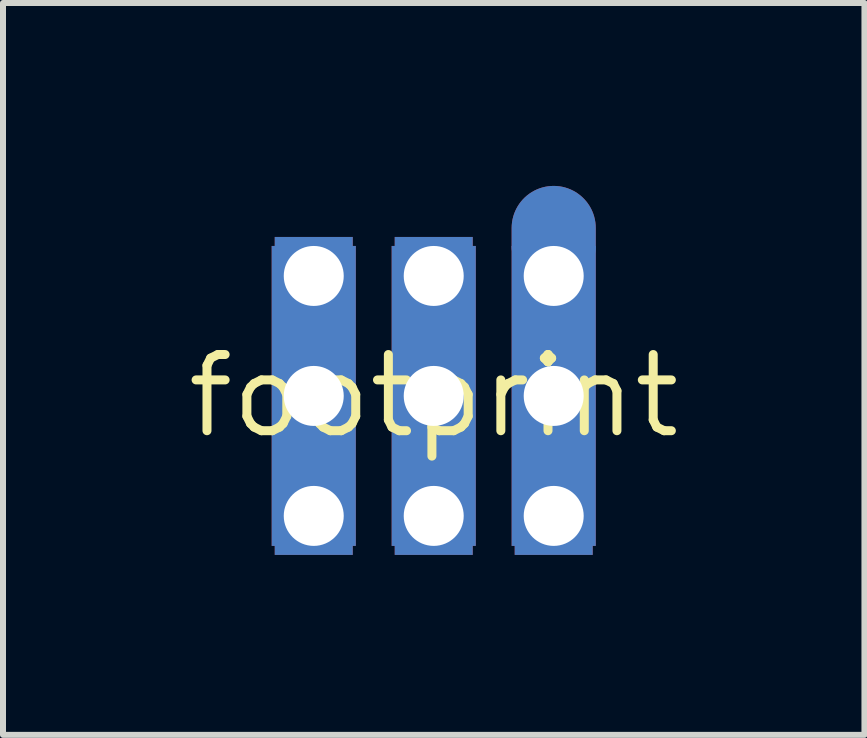
<source format=kicad_pcb>
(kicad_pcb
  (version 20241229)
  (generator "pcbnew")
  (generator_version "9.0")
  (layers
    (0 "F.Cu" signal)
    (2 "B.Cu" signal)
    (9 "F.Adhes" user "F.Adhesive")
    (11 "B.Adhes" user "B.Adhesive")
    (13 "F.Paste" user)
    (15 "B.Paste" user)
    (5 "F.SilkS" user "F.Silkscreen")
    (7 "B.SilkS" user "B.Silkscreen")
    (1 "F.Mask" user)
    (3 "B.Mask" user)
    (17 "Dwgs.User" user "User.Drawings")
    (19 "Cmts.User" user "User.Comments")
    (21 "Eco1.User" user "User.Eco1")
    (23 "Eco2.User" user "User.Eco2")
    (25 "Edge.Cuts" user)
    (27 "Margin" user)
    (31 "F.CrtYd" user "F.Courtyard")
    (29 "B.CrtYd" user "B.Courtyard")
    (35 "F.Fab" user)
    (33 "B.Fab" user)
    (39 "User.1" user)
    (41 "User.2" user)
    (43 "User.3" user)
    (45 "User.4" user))
  (footprint "footprint"
    (layer "F.Cu")
    (at 4.18 3.55)
    (property "Reference" "footprint" (at 0 0 0) (layer "F.SilkS") (effects (font (size 1.27 1.27) (thickness 0.15))))
    (fp_line (start 2 -2.5) (end 2 -2.8) (stroke (width 1.402) (type solid)) (layer "F.Cu"))
    (fp_poly (pts (xy -2.701 2.5) (xy -1.299 2.5) (xy -1.299 -2.5) (xy -2.701 -2.5)) (stroke (width 0) (type solid)) (fill yes) (layer "F.Cu"))
    (fp_poly (pts (xy -0.701 2.5) (xy 0.701 2.5) (xy 0.701 -2.5) (xy -0.701 -2.5)) (stroke (width 0) (type solid)) (fill yes) (layer "F.Cu"))
    (fp_poly (pts (xy 1.299 2.5) (xy 2.701 2.5) (xy 2.701 -2.5) (xy 1.299 -2.5)) (stroke (width 0) (type solid)) (fill yes) (layer "F.Cu"))
    (fp_line (start 2 -2.75) (end 2 -2.8) (stroke (width 1.5) (type solid)) (layer "F.Mask"))
    (fp_poly (pts (xy -2.75 2.6) (xy -1.25 2.6) (xy -1.25 -2.6) (xy -2.75 -2.6)) (stroke (width 0) (type solid)) (fill yes) (layer "F.Mask"))
    (fp_poly (pts (xy -0.75 2.6) (xy 0.75 2.6) (xy 0.75 -2.6) (xy -0.75 -2.6)) (stroke (width 0) (type solid)) (fill yes) (layer "F.Mask"))
    (fp_poly (pts (xy 1.25 2.6) (xy 2.75 2.6) (xy 2.75 -2.6) (xy 1.25 -2.6)) (stroke (width 0) (type solid)) (fill yes) (layer "F.Mask"))
    (fp_line (start 2 -2.5) (end 2 -2.8) (stroke (width 1.402) (type solid)) (layer "B.Cu"))
    (fp_poly (pts (xy -2.701 2.5) (xy -1.299 2.5) (xy -1.299 -2.5) (xy -2.701 -2.5)) (stroke (width 0) (type solid)) (fill yes) (layer "B.Cu"))
    (fp_poly (pts (xy -0.701 2.5) (xy 0.701 2.5) (xy 0.701 -2.5) (xy -0.701 -2.5)) (stroke (width 0) (type solid)) (fill yes) (layer "B.Cu"))
    (fp_poly (pts (xy 1.299 2.5) (xy 2.701 2.5) (xy 2.701 -2.5) (xy 1.299 -2.5)) (stroke (width 0) (type solid)) (fill yes) (layer "B.Cu"))
    (fp_line (start 2 -2.75) (end 2 -2.8) (stroke (width 1.5) (type solid)) (layer "B.Mask"))
    (fp_poly (pts (xy -2.75 2.6) (xy -1.25 2.6) (xy -1.25 -2.6) (xy -2.75 -2.6)) (stroke (width 0) (type solid)) (fill yes) (layer "B.Mask"))
    (fp_poly (pts (xy -0.75 2.6) (xy 0.75 2.6) (xy 0.75 -2.6) (xy -0.75 -2.6)) (stroke (width 0) (type solid)) (fill yes) (layer "B.Mask"))
    (fp_poly (pts (xy 1.25 2.6) (xy 2.75 2.6) (xy 2.75 -2.6) (xy 1.25 -2.6)) (stroke (width 0) (type solid)) (fill yes) (layer "B.Mask"))
    (pad "P1A" thru_hole rect (at 2 -2) (size 1.3 1.3) (drill 1) (layers "*.Cu" "*.Mask"))
    (pad "P1B" thru_hole rect (at 2 0) (size 1.3 1.3) (drill 1) (layers "*.Cu" "*.Mask"))
    (pad "P1C" thru_hole rect (at 2 2) (size 1.3 1.3) (drill 1) (layers "*.Cu" "*.Mask"))
    (pad "P2A" thru_hole rect (at 0 -2) (size 1.3 1.3) (drill 1) (layers "*.Cu" "*.Mask"))
    (pad "P2B" thru_hole rect (at 0 0) (size 1.3 1.3) (drill 1) (layers "*.Cu" "*.Mask"))
    (pad "P2C" thru_hole rect (at 0 2) (size 1.3 1.3) (drill 1) (layers "*.Cu" "*.Mask"))
    (pad "P3A" thru_hole rect (at -2 -2) (size 1.3 1.3) (drill 1) (layers "*.Cu" "*.Mask"))
    (pad "P3B" thru_hole rect (at -2 0) (size 1.3 1.3) (drill 1) (layers "*.Cu" "*.Mask"))
    (pad "P3C" thru_hole rect (at -2 2) (size 1.3 1.3) (drill 1) (layers "*.Cu" "*.Mask")))
  (gr_rect
    (start -3 -3)
    (end 11.36 9.2)
    (stroke (width 0.1) (type default))
    (fill no)
    (layer "Edge.Cuts")))
</source>
